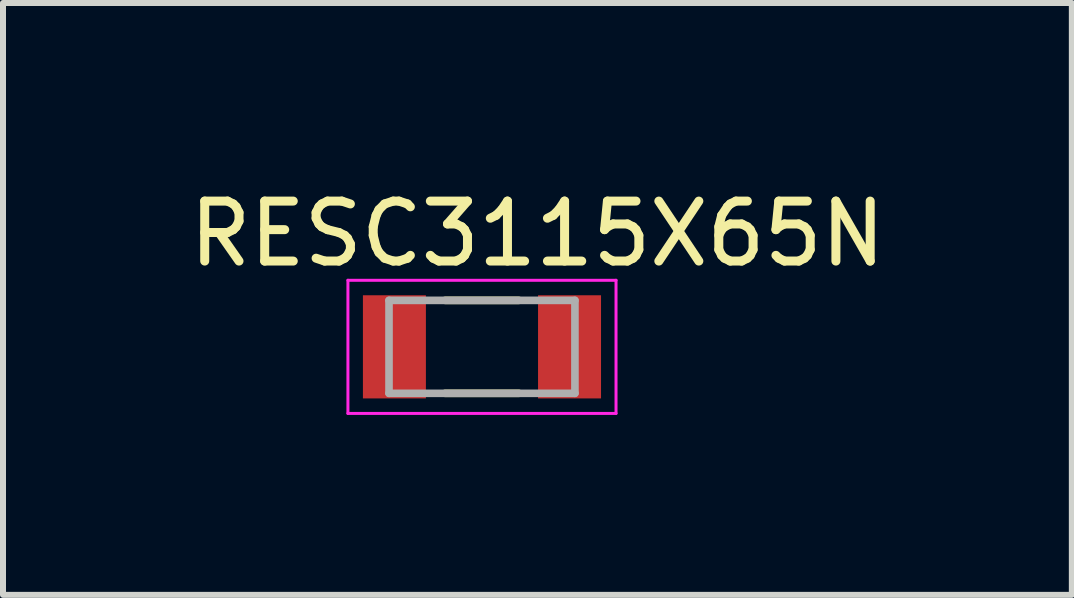
<source format=kicad_pcb>
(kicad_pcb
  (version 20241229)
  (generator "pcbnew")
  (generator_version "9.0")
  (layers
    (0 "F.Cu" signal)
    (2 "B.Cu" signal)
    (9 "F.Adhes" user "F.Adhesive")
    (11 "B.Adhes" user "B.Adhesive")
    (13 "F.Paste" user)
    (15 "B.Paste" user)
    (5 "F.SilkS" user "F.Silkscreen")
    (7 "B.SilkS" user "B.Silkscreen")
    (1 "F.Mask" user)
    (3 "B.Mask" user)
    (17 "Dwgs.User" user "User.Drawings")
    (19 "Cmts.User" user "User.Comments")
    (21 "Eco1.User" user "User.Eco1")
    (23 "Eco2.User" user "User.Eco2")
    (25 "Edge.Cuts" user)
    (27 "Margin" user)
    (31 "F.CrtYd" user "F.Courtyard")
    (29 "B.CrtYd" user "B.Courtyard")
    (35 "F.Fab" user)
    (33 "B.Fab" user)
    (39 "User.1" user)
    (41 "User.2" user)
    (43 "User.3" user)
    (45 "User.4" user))
  (footprint "RESC3115X65N"
    (layer "F.Cu")
    (at 4.986 2.733)
    (property "Reference" "RESC3115X65N" (at 0.925 -1.885 0) (layer "F.SilkS") (effects (font (size 1 1) (thickness 0.15))))
    (attr smd)
    (fp_line (start -0.615 -0.775) (end 0.615 -0.775) (stroke (width 0.127) (type solid)) (layer "F.SilkS"))
    (fp_line (start -0.615 0.775) (end 0.615 0.775) (stroke (width 0.127) (type solid)) (layer "F.SilkS"))
    (fp_line (start -2.235 -1.11) (end 2.235 -1.11) (stroke (width 0.05) (type solid)) (layer "F.CrtYd"))
    (fp_line (start -2.235 1.11) (end -2.235 -1.11) (stroke (width 0.05) (type solid)) (layer "F.CrtYd"))
    (fp_line (start 2.235 -1.11) (end 2.235 1.11) (stroke (width 0.05) (type solid)) (layer "F.CrtYd"))
    (fp_line (start 2.235 1.11) (end -2.235 1.11) (stroke (width 0.05) (type solid)) (layer "F.CrtYd"))
    (fp_line (start -1.55 -0.775) (end 1.55 -0.775) (stroke (width 0.127) (type solid)) (layer "F.Fab"))
    (fp_line (start -1.55 0.775) (end -1.55 -0.775) (stroke (width 0.127) (type solid)) (layer "F.Fab"))
    (fp_line (start 1.55 -0.775) (end 1.55 0.775) (stroke (width 0.127) (type solid)) (layer "F.Fab"))
    (fp_line (start 1.55 0.775) (end -1.55 0.775) (stroke (width 0.127) (type solid)) (layer "F.Fab"))
    (pad "1" smd rect (at -1.46 0) (size 1.05 1.72) (layers "F.Cu" "F.Mask" "F.Paste"))
    (pad "2" smd rect (at 1.46 0) (size 1.05 1.72) (layers "F.Cu" "F.Mask" "F.Paste")))
  (gr_rect
    (start -3 -3)
    (end 14.821 6.868)
    (stroke (width 0.1) (type default))
    (fill no)
    (layer "Edge.Cuts")))
</source>
